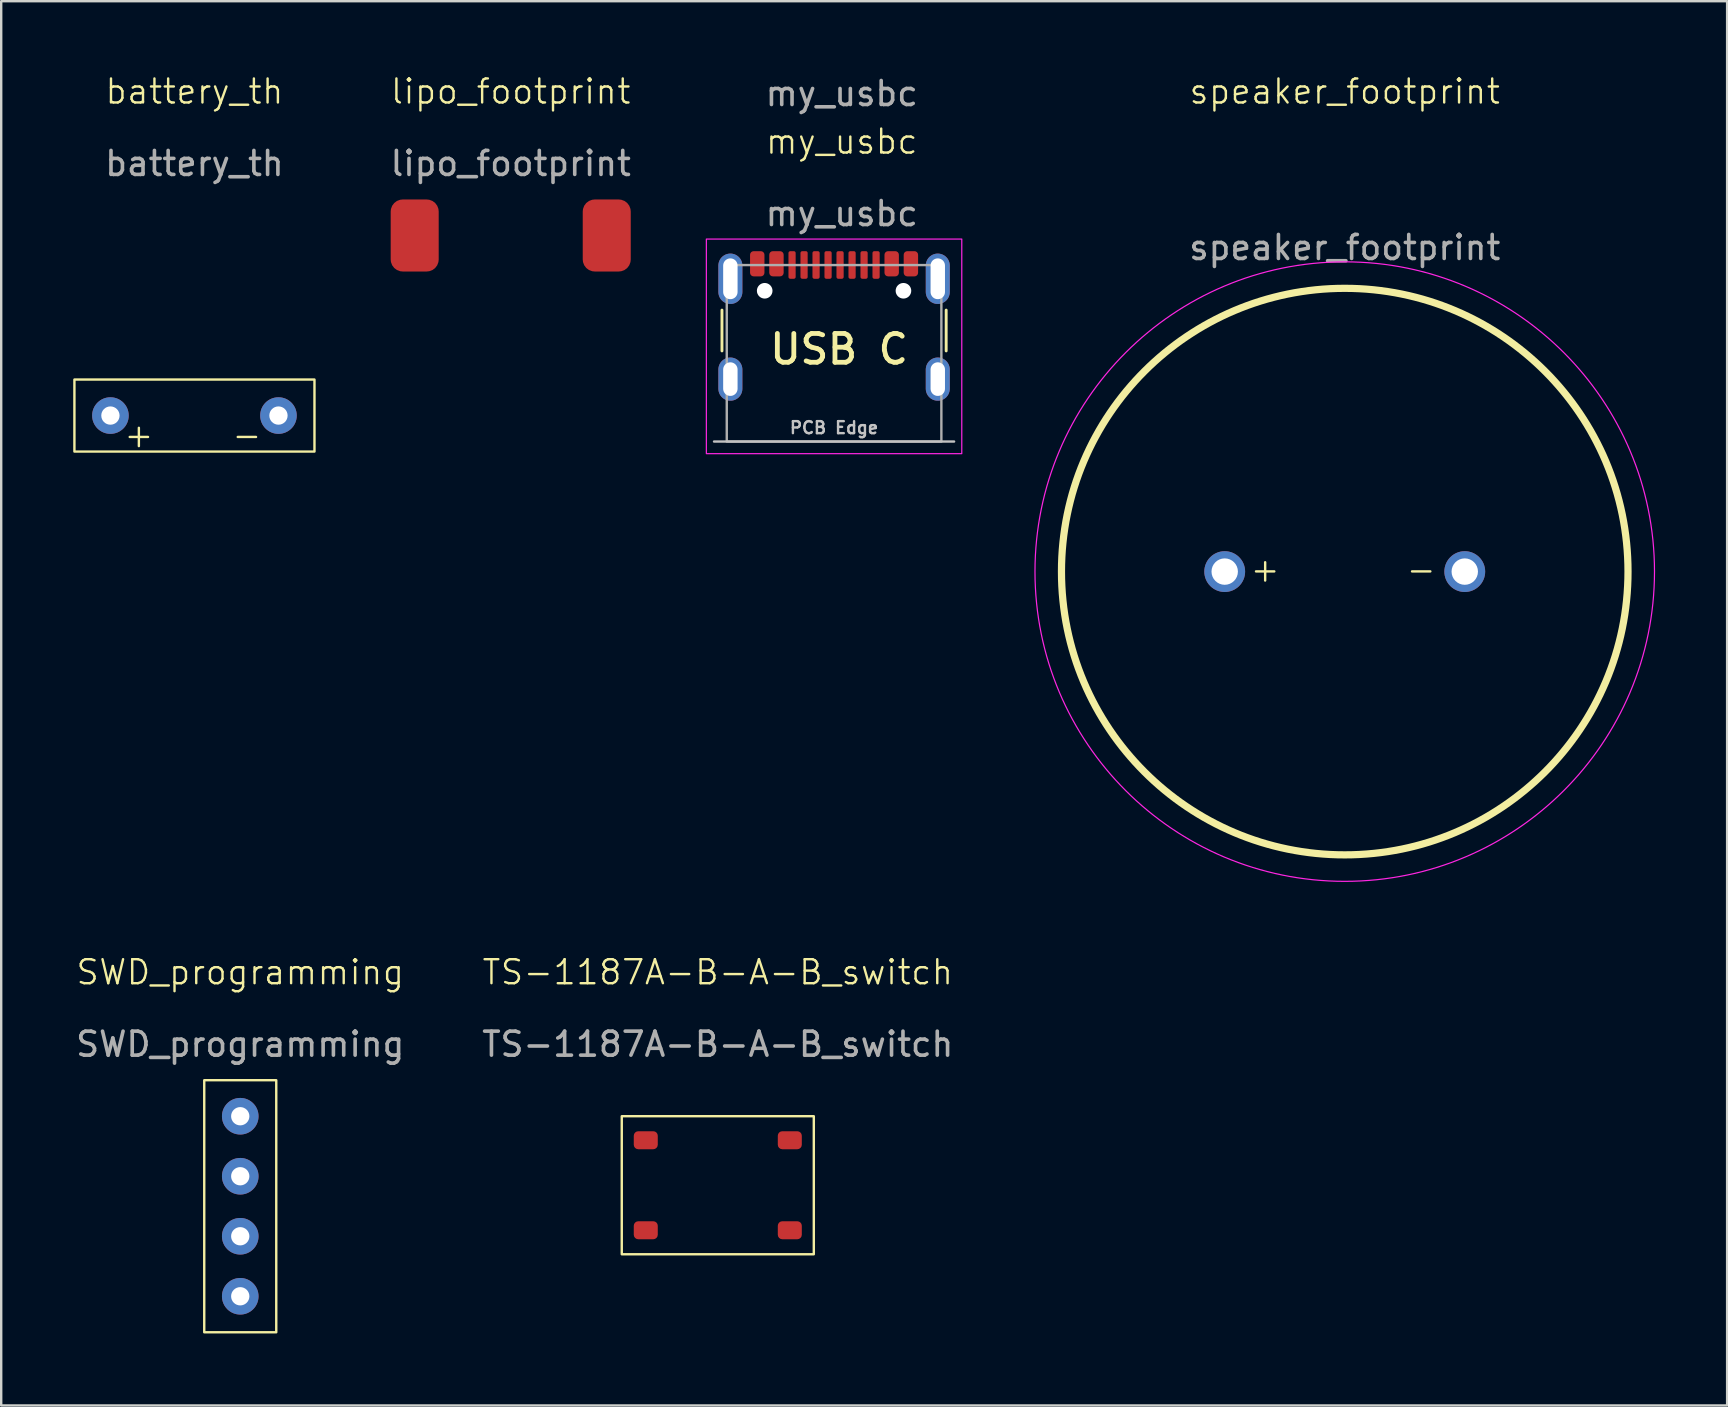
<source format=kicad_pcb>
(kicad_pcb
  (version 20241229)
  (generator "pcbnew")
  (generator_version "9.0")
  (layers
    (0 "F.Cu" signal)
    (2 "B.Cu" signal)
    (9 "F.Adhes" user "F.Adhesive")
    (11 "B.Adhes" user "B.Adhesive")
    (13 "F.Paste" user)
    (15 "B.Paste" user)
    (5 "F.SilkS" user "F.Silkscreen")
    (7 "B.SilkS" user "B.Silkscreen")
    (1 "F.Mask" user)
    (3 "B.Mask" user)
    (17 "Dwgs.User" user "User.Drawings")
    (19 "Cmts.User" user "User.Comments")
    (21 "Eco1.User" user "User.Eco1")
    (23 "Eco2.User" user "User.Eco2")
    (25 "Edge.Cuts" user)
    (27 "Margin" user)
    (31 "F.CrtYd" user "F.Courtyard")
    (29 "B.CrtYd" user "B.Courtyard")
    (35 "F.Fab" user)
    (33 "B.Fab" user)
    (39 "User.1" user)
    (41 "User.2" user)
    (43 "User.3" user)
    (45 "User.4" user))
  (footprint "speaker_footprint"
    (layer "F.Cu")
    (at 52.968 20.761)
    (property "Reference" "speaker_footprint" (at 0 -20 0) (unlocked yes) (layer "F.SilkS") (effects (font (size 1 1) (thickness 0.1))))
    (attr through_hole)
    (fp_circle (center 0 0) (end 11.8 0) (stroke (width 0.3) (type default)) (fill no) (layer "F.SilkS"))
    (fp_circle (center 0 0) (end 10.5 -7.5) (stroke (width 0.05) (type default)) (fill no) (layer "F.CrtYd"))
    (fp_text user "+" (at -4 0.5 0) (unlocked yes) (layer "F.SilkS") (effects (font (size 1 1) (thickness 0.1)) (justify left bottom)))
    (fp_text user "-" (at 2.5 0.5 0) (unlocked yes) (layer "F.SilkS") (effects (font (size 1 1) (thickness 0.1)) (justify left bottom)))
    (fp_text user "${REFERENCE}" (at 0 -13.5 0) (unlocked yes) (layer "F.Fab") (effects (font (size 1 1) (thickness 0.15))))
    (pad "1" thru_hole circle (at -5 0) (size 1.7 1.7) (drill 1.1) (layers "*.Cu" "*.Mask"))
    (pad "2" thru_hole circle (at 5 0) (size 1.7 1.7) (drill 1.1) (layers "*.Cu" "*.Mask")))
  (footprint "battery_th"
    (layer "F.Cu")
    (at 5.05 14.261)
    (property "Reference" "battery_th" (at 0 -13.5 0) (unlocked yes) (layer "F.SilkS") (effects (font (size 1 1) (thickness 0.1))))
    (attr through_hole)
    (fp_rect (start -5 -1.5) (end 5 1.5) (stroke (width 0.1) (type default)) (fill no) (layer "F.SilkS"))
    (fp_text user "-" (at 1.5 1.4 0) (unlocked yes) (layer "F.SilkS") (effects (font (size 1 1) (thickness 0.1)) (justify left bottom)))
    (fp_text user "+" (at -3 1.4 0) (unlocked yes) (layer "F.SilkS") (effects (font (size 1 1) (thickness 0.1)) (justify left bottom)))
    (fp_text user "${REFERENCE}" (at 0 -10.5 0) (unlocked yes) (layer "F.Fab") (effects (font (size 1 1) (thickness 0.15))))
    (pad "1" thru_hole circle (at -3.5 0) (size 1.524 1.524) (drill 0.762) (layers "*.Cu" "*.Mask"))
    (pad "2" thru_hole circle (at 3.5 0) (size 1.524 1.524) (drill 0.762) (layers "*.Cu" "*.Mask")))
  (footprint "TS-1187A-B-A-B_switch"
    (layer "F.Cu")
    (at 26.851 44.449)
    (property "Reference" "TS-1187A-B-A-B_switch" (at 0 -7 0) (unlocked yes) (layer "F.SilkS") (effects (font (size 1 1) (thickness 0.1))))
    (attr smd)
    (fp_rect (start -4 -1) (end 4 4.75) (stroke (width 0.1) (type default)) (fill no) (layer "F.SilkS"))
    (fp_text user "${REFERENCE}" (at 0 -4 0) (unlocked yes) (layer "F.Fab") (effects (font (size 1 1) (thickness 0.15))))
    (pad "1" smd roundrect (at -3 0) (size 1 0.75) (layers "F.Cu" "F.Mask" "F.Paste") (roundrect_rratio 0.25))
    (pad "2" smd roundrect (at 3 0) (size 1 0.75) (layers "F.Cu" "F.Mask" "F.Paste") (roundrect_rratio 0.25))
    (pad "3" smd roundrect (at -3 3.75) (size 1 0.75) (layers "F.Cu" "F.Mask" "F.Paste") (roundrect_rratio 0.25))
    (pad "4" smd roundrect (at 3 3.75) (size 1 0.75) (layers "F.Cu" "F.Mask" "F.Paste") (roundrect_rratio 0.25)))
  (footprint "SWD_programming"
    (layer "F.Cu")
    (at 6.958 43.449)
    (property "Reference" "SWD_programming" (at 0 -6 0) (unlocked yes) (layer "F.SilkS") (effects (font (size 1 1) (thickness 0.1))))
    (attr through_hole)
    (fp_rect (start -1.5 -1.5) (end 1.5 9) (stroke (width 0.1) (type default)) (fill no) (layer "F.SilkS"))
    (fp_text user "${REFERENCE}" (at 0 -3 0) (unlocked yes) (layer "F.Fab") (effects (font (size 1 1) (thickness 0.15))))
    (pad "1" thru_hole circle (at 0 0) (size 1.524 1.524) (drill 0.762) (layers "*.Cu" "*.Mask"))
    (pad "2" thru_hole circle (at 0 2.5) (size 1.524 1.524) (drill 0.762) (layers "*.Cu" "*.Mask"))
    (pad "3" thru_hole circle (at 0 5) (size 1.524 1.524) (drill 0.762) (layers "*.Cu" "*.Mask"))
    (pad "4" thru_hole circle (at 0 7.5) (size 1.524 1.524) (drill 0.762) (layers "*.Cu" "*.Mask")))
  (footprint "my_usbc"
    (layer "F.Cu")
    (at 32.015 3.348)
    (property "Reference" "my_usbc" (at 0 -0.5 0) (unlocked yes) (layer "F.SilkS") (effects (font (size 1 1) (thickness 0.1))))
    (attr smd)
    (fp_line (start -4.99 8.22) (end -4.99 6.52) (stroke (width 0.12) (type solid)) (layer "F.SilkS"))
    (fp_line (start 4.35 8.22) (end 4.35 6.52) (stroke (width 0.12) (type solid)) (layer "F.SilkS"))
    (fp_line (start 4.68 11.995) (end -5.32 11.995) (stroke (width 0.1) (type solid)) (layer "Dwgs.User"))
    (fp_rect (start -5.64 3.56) (end 5 12.5) (stroke (width 0.05) (type solid)) (fill no) (layer "F.CrtYd"))
    (fp_rect (start -4.79 4.645) (end 4.15 11.995) (stroke (width 0.1) (type solid)) (fill no) (layer "F.Fab"))
    (fp_text user "USB C" (at -3.1 8.85 0) (unlocked yes) (layer "F.SilkS") (effects (font (size 1.2 1.2) (thickness 0.2) (bold yes)) (justify left bottom)))
    (fp_text user "PCB Edge" (at -0.32 11.42 0) (unlocked yes) (layer "Dwgs.User") (effects (font (size 0.5 0.5) (thickness 0.1))))
    (fp_text user "${REFERENCE}" (at 0 -2.5 0) (unlocked yes) (layer "F.Fab") (effects (font (size 1 1) (thickness 0.15))))
    (fp_text user "${REFERENCE}" (at 0 2.5 0) (unlocked yes) (layer "F.Fab") (effects (font (size 1 1) (thickness 0.15))))
    (pad "" np_thru_hole circle (at -3.21 5.715) (size 0.65 0.65) (drill 0.65) (layers "*.Cu" "*.Mask"))
    (pad "" np_thru_hole circle (at 2.57 5.715) (size 0.65 0.65) (drill 0.65) (layers "*.Cu" "*.Mask"))
    (pad "A1" smd roundrect (at -3.52 4.59) (size 0.6 1.05) (layers "F.Cu" "F.Mask" "F.Paste") (roundrect_rratio 0.25))
    (pad "A4" smd roundrect (at -2.72 4.59) (size 0.6 1.05) (layers "F.Cu" "F.Mask" "F.Paste") (roundrect_rratio 0.25))
    (pad "A5" smd roundrect (at -1.57 4.64) (size 0.3 1.15) (layers "F.Cu" "F.Mask" "F.Paste") (roundrect_rratio 0.25))
    (pad "A6" smd roundrect (at -0.57 4.64) (size 0.3 1.15) (layers "F.Cu" "F.Mask" "F.Paste") (roundrect_rratio 0.25))
    (pad "A7" smd roundrect (at -0.07 4.64) (size 0.3 1.15) (layers "F.Cu" "F.Mask" "F.Paste") (roundrect_rratio 0.25))
    (pad "A8" smd roundrect (at 0.93 4.64) (size 0.3 1.15) (layers "F.Cu" "F.Mask" "F.Paste") (roundrect_rratio 0.25))
    (pad "A9" smd roundrect (at 2.08 4.59) (size 0.6 1.05) (layers "F.Cu" "F.Mask" "F.Paste") (roundrect_rratio 0.25))
    (pad "A12" smd roundrect (at 2.88 4.59) (size 0.6 1.05) (layers "F.Cu" "F.Mask" "F.Paste") (roundrect_rratio 0.25))
    (pad "B5" smd roundrect (at 1.43 4.64) (size 0.3 1.15) (layers "F.Cu" "F.Mask" "F.Paste") (roundrect_rratio 0.25))
    (pad "B6" smd roundrect (at 0.43 4.64) (size 0.3 1.15) (layers "F.Cu" "F.Mask" "F.Paste") (roundrect_rratio 0.25))
    (pad "B7" smd roundrect (at -1.07 4.64) (size 0.3 1.15) (layers "F.Cu" "F.Mask" "F.Paste") (roundrect_rratio 0.25))
    (pad "B8" smd roundrect (at -2.07 4.64) (size 0.3 1.15) (layers "F.Cu" "F.Mask" "F.Paste") (roundrect_rratio 0.25))
    (pad "S1" thru_hole oval (at -4.64 5.215) (size 1 2.1) (drill oval 0.6 1.7) (property pad_prop_heatsink) (layers "*.Cu" "*.Mask" "F.Paste"))
    (pad "S1" thru_hole oval (at -4.64 9.395) (size 1 1.8) (drill oval 0.6 1.4) (property pad_prop_heatsink) (layers "*.Cu" "*.Mask" "F.Paste"))
    (pad "S1" thru_hole oval (at 4 5.215) (size 1 2.1) (drill oval 0.6 1.7) (property pad_prop_heatsink) (layers "*.Cu" "*.Mask" "F.Paste"))
    (pad "S1" thru_hole oval (at 4 9.395) (size 1 1.8) (drill oval 0.6 1.4) (property pad_prop_heatsink) (layers "*.Cu" "*.Mask" "F.Paste")))
  (footprint "lipo_footprint"
    (layer "F.Cu")
    (at 18.225 1.26)
    (property "Reference" "lipo_footprint" (at 0 -0.5 0) (unlocked yes) (layer "F.SilkS") (effects (font (size 1 1) (thickness 0.1))))
    (attr smd)
    (fp_text user "${REFERENCE}" (at 0 2.5 0) (unlocked yes) (layer "F.Fab") (effects (font (size 1 1) (thickness 0.15))))
    (pad "1" smd roundrect (at -4 5.5 180) (size 2 3) (layers "F.Cu" "F.Mask" "F.Paste") (roundrect_rratio 0.25))
    (pad "2" smd roundrect (at 4 5.5) (size 2 3) (layers "F.Cu" "F.Mask" "F.Paste") (roundrect_rratio 0.25)))
  (gr_rect
    (start -3 -3)
    (end 68.897 55.499)
    (stroke (width 0.1) (type default))
    (fill no)
    (layer "Edge.Cuts")))
</source>
